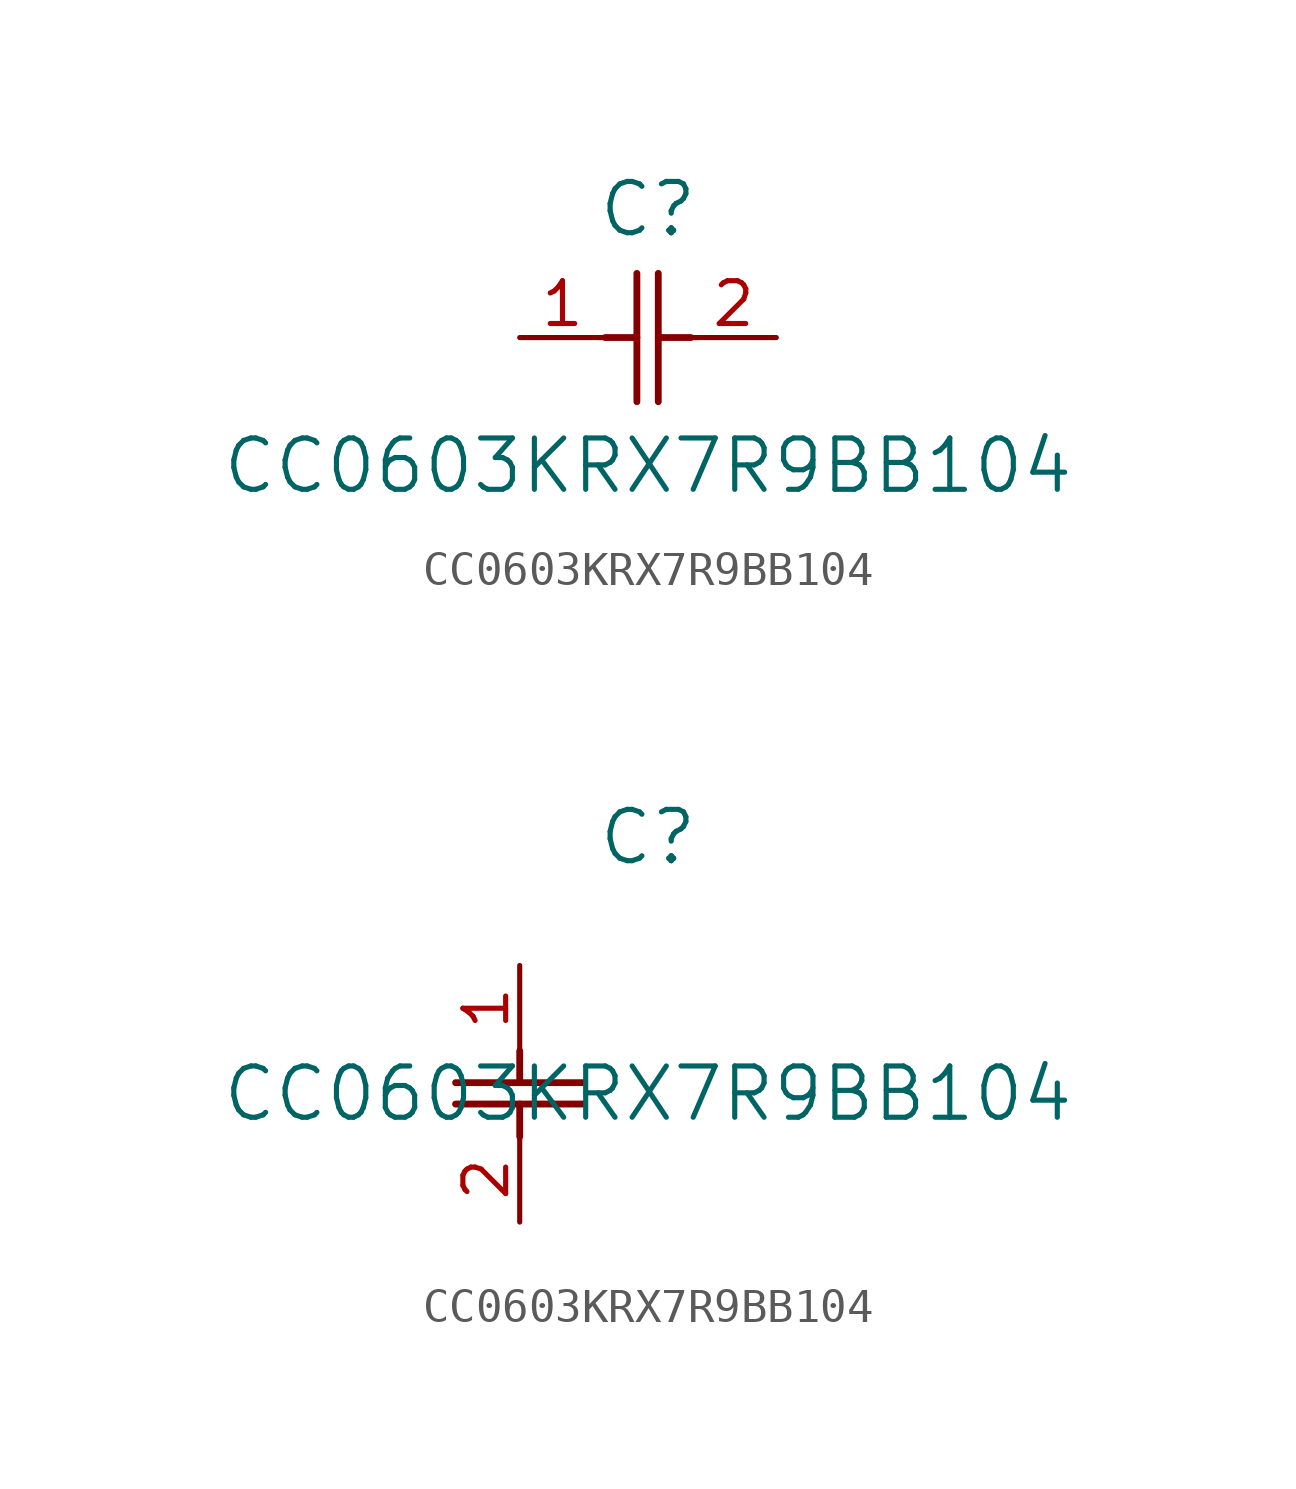
<source format=kicad_sym>
(kicad_symbol_lib
  (version 20241209)
  (generator "kicad_symbol_editor")
  (generator_version "9.0")
  (symbol "CC0603KRX7R9BB104"
    (pin_names
      (offset 0.254))
    (property "Reference" "C"
      (at 3.81 3.81 0)
      (effects (font (size 1.524 1.524))))
    (property "Value" "CC0603KRX7R9BB104"
      (at 3.81 -3.81 0)
      (effects (font (size 1.524 1.524))))
    (symbol "CC0603KRX7R9BB104_1_1"
      (polyline (pts (xy 2.54 0) (xy 3.48 0)) (stroke (width 0.203) (type default)) (fill (type none)))
      (polyline (pts (xy 3.48 -1.905) (xy 3.48 1.905)) (stroke (width 0.203) (type default)) (fill (type none)))
      (polyline (pts (xy 4.115 0) (xy 5.08 0)) (stroke (width 0.203) (type default)) (fill (type none)))
      (polyline (pts (xy 4.115 -1.905) (xy 4.115 1.905)) (stroke (width 0.203) (type default)) (fill (type none)))
      (pin unspecified line (at 0 0 0) (length 2.54) (name "" (effects (font (size 1.27 1.27)))) (number "1" (effects (font (size 1.27 1.27)))))
      (pin unspecified line (at 7.62 0 180) (length 2.54) (name "" (effects (font (size 1.27 1.27)))) (number "2" (effects (font (size 1.27 1.27))))))
    (symbol "CC0603KRX7R9BB104_1_2"
      (polyline (pts (xy -1.905 -3.48) (xy 1.905 -3.48)) (stroke (width 0.203) (type default)) (fill (type none)))
      (polyline (pts (xy -1.905 -4.115) (xy 1.905 -4.115)) (stroke (width 0.203) (type default)) (fill (type none)))
      (polyline (pts (xy 0 -2.54) (xy 0 -3.48)) (stroke (width 0.203) (type default)) (fill (type none)))
      (polyline (pts (xy 0 -4.115) (xy 0 -5.08)) (stroke (width 0.203) (type default)) (fill (type none)))
      (pin unspecified line (at 0 0 270) (length 2.54) (name "" (effects (font (size 1.27 1.27)))) (number "1" (effects (font (size 1.27 1.27)))))
      (pin unspecified line (at 0 -7.62 90) (length 2.54) (name "" (effects (font (size 1.27 1.27)))) (number "2" (effects (font (size 1.27 1.27))))))))
</source>
